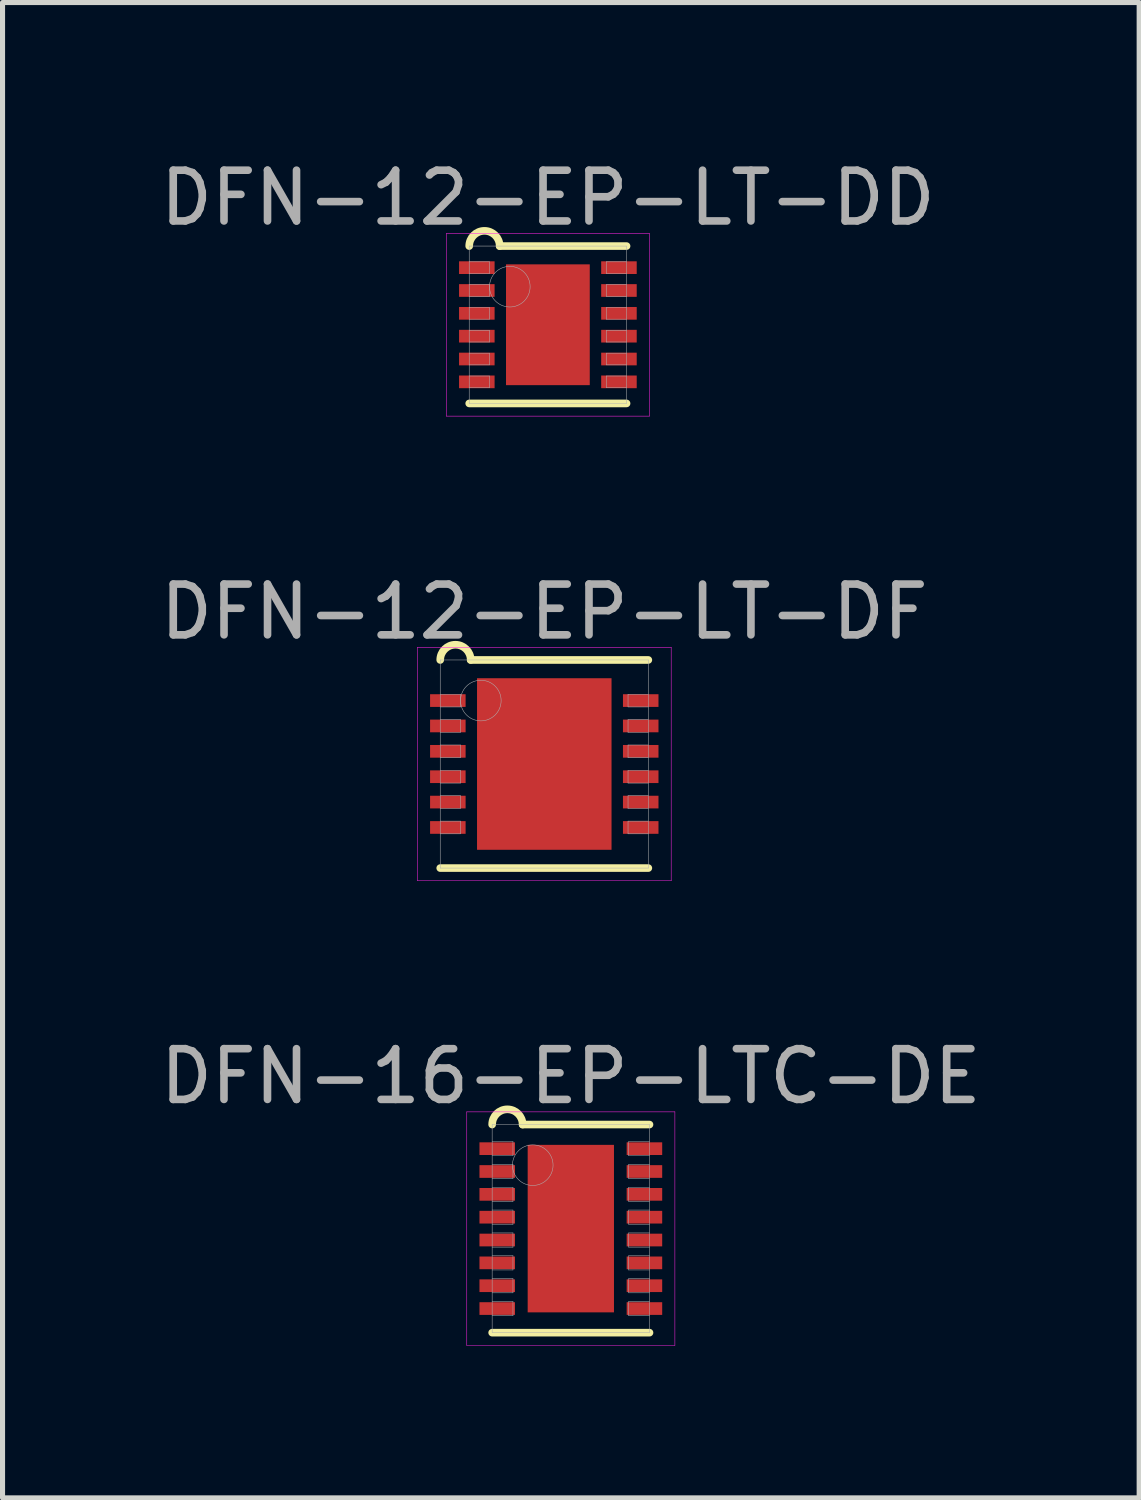
<source format=kicad_pcb>
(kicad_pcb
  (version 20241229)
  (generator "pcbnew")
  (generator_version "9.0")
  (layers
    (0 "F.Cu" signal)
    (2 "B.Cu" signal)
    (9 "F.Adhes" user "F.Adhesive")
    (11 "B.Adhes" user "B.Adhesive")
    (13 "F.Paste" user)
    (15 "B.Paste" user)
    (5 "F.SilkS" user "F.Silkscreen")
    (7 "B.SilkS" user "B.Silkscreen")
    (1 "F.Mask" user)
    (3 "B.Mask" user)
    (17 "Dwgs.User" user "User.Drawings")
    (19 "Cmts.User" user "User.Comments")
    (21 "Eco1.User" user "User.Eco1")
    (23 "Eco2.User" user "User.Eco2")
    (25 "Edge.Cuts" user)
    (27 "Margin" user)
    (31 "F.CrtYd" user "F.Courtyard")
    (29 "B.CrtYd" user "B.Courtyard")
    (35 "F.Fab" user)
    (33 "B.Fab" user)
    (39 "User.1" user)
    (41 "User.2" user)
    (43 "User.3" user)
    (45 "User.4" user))
  (footprint "DFN-16-EP-LTC-DE"
    (layer "F.Cu")
    (at 8.196 21.155)
    (property "Reference" "DFN-16-EP-LTC-DE" (at 0 -3 0) (layer "F.Fab") (effects (font (size 1 1) (thickness 0.15))))
    (attr through_hole)
    (fp_line (start -1.55 2.05) (end 1.55 2.05) (stroke (width 0.15) (type solid)) (layer "F.SilkS"))
    (fp_line (start -0.95 -2.05) (end 1.55 -2.05) (stroke (width 0.15) (type solid)) (layer "F.SilkS"))
    (fp_arc (start -1.55 -2.05) (mid -1.25 -2.35) (end -0.95 -2.05) (stroke (width 0.15) (type solid)) (layer "F.SilkS"))
    (fp_line (start -2.05 -2.3) (end 2.05 -2.3) (stroke (width 0.01) (type solid)) (layer "F.CrtYd"))
    (fp_line (start -2.05 2.3) (end -2.05 -2.3) (stroke (width 0.01) (type solid)) (layer "F.CrtYd"))
    (fp_line (start 2.05 -2.3) (end 2.05 2.3) (stroke (width 0.01) (type solid)) (layer "F.CrtYd"))
    (fp_line (start 2.05 2.3) (end -2.05 2.3) (stroke (width 0.01) (type solid)) (layer "F.CrtYd"))
    (fp_line (start -1.55 -2.05) (end 1.55 -2.05) (stroke (width 0.01) (type solid)) (layer "F.Fab"))
    (fp_line (start -1.55 -1.435) (end -1.14 -1.435) (stroke (width 0.01) (type solid)) (layer "F.Fab"))
    (fp_line (start -1.55 -0.985) (end -1.14 -0.985) (stroke (width 0.01) (type solid)) (layer "F.Fab"))
    (fp_line (start -1.55 -0.535) (end -1.14 -0.535) (stroke (width 0.01) (type solid)) (layer "F.Fab"))
    (fp_line (start -1.55 -0.085) (end -1.14 -0.085) (stroke (width 0.01) (type solid)) (layer "F.Fab"))
    (fp_line (start -1.55 0.365) (end -1.14 0.365) (stroke (width 0.01) (type solid)) (layer "F.Fab"))
    (fp_line (start -1.55 0.815) (end -1.14 0.815) (stroke (width 0.01) (type solid)) (layer "F.Fab"))
    (fp_line (start -1.55 1.265) (end -1.14 1.265) (stroke (width 0.01) (type solid)) (layer "F.Fab"))
    (fp_line (start -1.55 1.715) (end -1.14 1.715) (stroke (width 0.01) (type solid)) (layer "F.Fab"))
    (fp_line (start -1.55 2.05) (end -1.55 -2.05) (stroke (width 0.01) (type solid)) (layer "F.Fab"))
    (fp_line (start -1.14 -1.715) (end -1.55 -1.715) (stroke (width 0.01) (type solid)) (layer "F.Fab"))
    (fp_line (start -1.14 -1.435) (end -1.14 -1.715) (stroke (width 0.01) (type solid)) (layer "F.Fab"))
    (fp_line (start -1.14 -1.265) (end -1.55 -1.265) (stroke (width 0.01) (type solid)) (layer "F.Fab"))
    (fp_line (start -1.14 -0.985) (end -1.14 -1.265) (stroke (width 0.01) (type solid)) (layer "F.Fab"))
    (fp_line (start -1.14 -0.815) (end -1.55 -0.815) (stroke (width 0.01) (type solid)) (layer "F.Fab"))
    (fp_line (start -1.14 -0.535) (end -1.14 -0.815) (stroke (width 0.01) (type solid)) (layer "F.Fab"))
    (fp_line (start -1.14 -0.365) (end -1.55 -0.365) (stroke (width 0.01) (type solid)) (layer "F.Fab"))
    (fp_line (start -1.14 -0.085) (end -1.14 -0.365) (stroke (width 0.01) (type solid)) (layer "F.Fab"))
    (fp_line (start -1.14 0.085) (end -1.55 0.085) (stroke (width 0.01) (type solid)) (layer "F.Fab"))
    (fp_line (start -1.14 0.365) (end -1.14 0.085) (stroke (width 0.01) (type solid)) (layer "F.Fab"))
    (fp_line (start -1.14 0.535) (end -1.55 0.535) (stroke (width 0.01) (type solid)) (layer "F.Fab"))
    (fp_line (start -1.14 0.815) (end -1.14 0.535) (stroke (width 0.01) (type solid)) (layer "F.Fab"))
    (fp_line (start -1.14 0.985) (end -1.55 0.985) (stroke (width 0.01) (type solid)) (layer "F.Fab"))
    (fp_line (start -1.14 1.265) (end -1.14 0.985) (stroke (width 0.01) (type solid)) (layer "F.Fab"))
    (fp_line (start -1.14 1.435) (end -1.55 1.435) (stroke (width 0.01) (type solid)) (layer "F.Fab"))
    (fp_line (start -1.14 1.715) (end -1.14 1.435) (stroke (width 0.01) (type solid)) (layer "F.Fab"))
    (fp_line (start 1.14 -1.715) (end 1.14 -1.435) (stroke (width 0.01) (type solid)) (layer "F.Fab"))
    (fp_line (start 1.14 -1.435) (end 1.55 -1.435) (stroke (width 0.01) (type solid)) (layer "F.Fab"))
    (fp_line (start 1.14 -1.265) (end 1.14 -0.985) (stroke (width 0.01) (type solid)) (layer "F.Fab"))
    (fp_line (start 1.14 -0.985) (end 1.55 -0.985) (stroke (width 0.01) (type solid)) (layer "F.Fab"))
    (fp_line (start 1.14 -0.815) (end 1.14 -0.535) (stroke (width 0.01) (type solid)) (layer "F.Fab"))
    (fp_line (start 1.14 -0.535) (end 1.55 -0.535) (stroke (width 0.01) (type solid)) (layer "F.Fab"))
    (fp_line (start 1.14 -0.365) (end 1.14 -0.085) (stroke (width 0.01) (type solid)) (layer "F.Fab"))
    (fp_line (start 1.14 -0.085) (end 1.55 -0.085) (stroke (width 0.01) (type solid)) (layer "F.Fab"))
    (fp_line (start 1.14 0.085) (end 1.14 0.365) (stroke (width 0.01) (type solid)) (layer "F.Fab"))
    (fp_line (start 1.14 0.365) (end 1.55 0.365) (stroke (width 0.01) (type solid)) (layer "F.Fab"))
    (fp_line (start 1.14 0.535) (end 1.14 0.815) (stroke (width 0.01) (type solid)) (layer "F.Fab"))
    (fp_line (start 1.14 0.815) (end 1.55 0.815) (stroke (width 0.01) (type solid)) (layer "F.Fab"))
    (fp_line (start 1.14 0.985) (end 1.14 1.265) (stroke (width 0.01) (type solid)) (layer "F.Fab"))
    (fp_line (start 1.14 1.265) (end 1.55 1.265) (stroke (width 0.01) (type solid)) (layer "F.Fab"))
    (fp_line (start 1.14 1.435) (end 1.14 1.715) (stroke (width 0.01) (type solid)) (layer "F.Fab"))
    (fp_line (start 1.14 1.715) (end 1.55 1.715) (stroke (width 0.01) (type solid)) (layer "F.Fab"))
    (fp_line (start 1.55 -2.05) (end 1.55 2.05) (stroke (width 0.01) (type solid)) (layer "F.Fab"))
    (fp_line (start 1.55 -1.715) (end 1.14 -1.715) (stroke (width 0.01) (type solid)) (layer "F.Fab"))
    (fp_line (start 1.55 -1.265) (end 1.14 -1.265) (stroke (width 0.01) (type solid)) (layer "F.Fab"))
    (fp_line (start 1.55 -0.815) (end 1.14 -0.815) (stroke (width 0.01) (type solid)) (layer "F.Fab"))
    (fp_line (start 1.55 -0.365) (end 1.14 -0.365) (stroke (width 0.01) (type solid)) (layer "F.Fab"))
    (fp_line (start 1.55 0.085) (end 1.14 0.085) (stroke (width 0.01) (type solid)) (layer "F.Fab"))
    (fp_line (start 1.55 0.535) (end 1.14 0.535) (stroke (width 0.01) (type solid)) (layer "F.Fab"))
    (fp_line (start 1.55 0.985) (end 1.14 0.985) (stroke (width 0.01) (type solid)) (layer "F.Fab"))
    (fp_line (start 1.55 1.435) (end 1.14 1.435) (stroke (width 0.01) (type solid)) (layer "F.Fab"))
    (fp_line (start 1.55 2.05) (end -1.55 2.05) (stroke (width 0.01) (type solid)) (layer "F.Fab"))
    (fp_circle (center -0.75 -1.25) (end -0.75 -0.85) (stroke (width 0.01) (type solid)) (fill no) (layer "F.Fab"))
    (pad "" smd rect (at 0 -1.2) (size 0.8 0.8) (layers "F.Mask"))
    (pad "" smd rect (at 0 -1.2) (size 0.8 0.8) (layers "F.Paste"))
    (pad "" smd rect (at 0 0) (size 0.8 0.8) (layers "F.Mask"))
    (pad "" smd rect (at 0 0) (size 0.8 0.8) (layers "F.Paste"))
    (pad "" smd rect (at 0 1.2) (size 0.8 0.8) (layers "F.Mask"))
    (pad "" smd rect (at 0 1.2) (size 0.8 0.8) (layers "F.Paste"))
    (pad "1" smd rect (at -1.45 -1.575) (size 0.7 0.25) (layers "F.Cu" "F.Mask" "F.Paste"))
    (pad "2" smd rect (at -1.45 -1.125) (size 0.7 0.25) (layers "F.Cu" "F.Mask" "F.Paste"))
    (pad "3" smd rect (at -1.45 -0.675) (size 0.7 0.25) (layers "F.Cu" "F.Mask" "F.Paste"))
    (pad "4" smd rect (at -1.45 -0.225) (size 0.7 0.25) (layers "F.Cu" "F.Mask" "F.Paste"))
    (pad "5" smd rect (at -1.45 0.225) (size 0.7 0.25) (layers "F.Cu" "F.Mask" "F.Paste"))
    (pad "6" smd rect (at -1.45 0.675) (size 0.7 0.25) (layers "F.Cu" "F.Mask" "F.Paste"))
    (pad "7" smd rect (at -1.45 1.125) (size 0.7 0.25) (layers "F.Cu" "F.Mask" "F.Paste"))
    (pad "8" smd rect (at -1.45 1.575) (size 0.7 0.25) (layers "F.Cu" "F.Mask" "F.Paste"))
    (pad "9" smd rect (at 1.45 1.575) (size 0.7 0.25) (layers "F.Cu" "F.Mask" "F.Paste"))
    (pad "10" smd rect (at 1.45 1.125) (size 0.7 0.25) (layers "F.Cu" "F.Mask" "F.Paste"))
    (pad "11" smd rect (at 1.45 0.675) (size 0.7 0.25) (layers "F.Cu" "F.Mask" "F.Paste"))
    (pad "12" smd rect (at 1.45 0.225) (size 0.7 0.25) (layers "F.Cu" "F.Mask" "F.Paste"))
    (pad "13" smd rect (at 1.45 -0.225) (size 0.7 0.25) (layers "F.Cu" "F.Mask" "F.Paste"))
    (pad "14" smd rect (at 1.45 -0.675) (size 0.7 0.25) (layers "F.Cu" "F.Mask" "F.Paste"))
    (pad "15" smd rect (at 1.45 -1.125) (size 0.7 0.25) (layers "F.Cu" "F.Mask" "F.Paste"))
    (pad "16" smd rect (at 1.45 -1.575) (size 0.7 0.25) (layers "F.Cu" "F.Mask" "F.Paste"))
    (pad "EP" smd rect (at 0 0) (size 1.7 3.3) (layers "F.Cu")))
  (footprint "DFN-12-EP-LT-DD"
    (layer "F.Cu")
    (at 7.744 3.348)
    (property "Reference" "DFN-12-EP-LT-DD" (at 0 -2.5 0) (layer "F.Fab") (effects (font (size 1 1) (thickness 0.15))))
    (attr through_hole)
    (fp_line (start -1.55 1.55) (end 1.55 1.55) (stroke (width 0.15) (type solid)) (layer "F.SilkS"))
    (fp_line (start -0.95 -1.55) (end 1.55 -1.55) (stroke (width 0.15) (type solid)) (layer "F.SilkS"))
    (fp_arc (start -1.55 -1.55) (mid -1.25 -1.85) (end -0.95 -1.55) (stroke (width 0.15) (type solid)) (layer "F.SilkS"))
    (fp_line (start -2 -1.8) (end 2 -1.8) (stroke (width 0.01) (type solid)) (layer "F.CrtYd"))
    (fp_line (start -2 1.8) (end -2 -1.8) (stroke (width 0.01) (type solid)) (layer "F.CrtYd"))
    (fp_line (start 2 -1.8) (end 2 1.8) (stroke (width 0.01) (type solid)) (layer "F.CrtYd"))
    (fp_line (start 2 1.8) (end -2 1.8) (stroke (width 0.01) (type solid)) (layer "F.CrtYd"))
    (fp_line (start -1.55 -1.55) (end 1.55 -1.55) (stroke (width 0.01) (type solid)) (layer "F.Fab"))
    (fp_line (start -1.55 -1.01) (end -1.15 -1.01) (stroke (width 0.01) (type solid)) (layer "F.Fab"))
    (fp_line (start -1.55 -0.56) (end -1.15 -0.56) (stroke (width 0.01) (type solid)) (layer "F.Fab"))
    (fp_line (start -1.55 -0.11) (end -1.15 -0.11) (stroke (width 0.01) (type solid)) (layer "F.Fab"))
    (fp_line (start -1.55 0.34) (end -1.15 0.34) (stroke (width 0.01) (type solid)) (layer "F.Fab"))
    (fp_line (start -1.55 0.79) (end -1.15 0.79) (stroke (width 0.01) (type solid)) (layer "F.Fab"))
    (fp_line (start -1.55 1.24) (end -1.15 1.24) (stroke (width 0.01) (type solid)) (layer "F.Fab"))
    (fp_line (start -1.55 1.55) (end -1.55 -1.55) (stroke (width 0.01) (type solid)) (layer "F.Fab"))
    (fp_line (start -1.15 -1.24) (end -1.55 -1.24) (stroke (width 0.01) (type solid)) (layer "F.Fab"))
    (fp_line (start -1.15 -1.01) (end -1.15 -1.24) (stroke (width 0.01) (type solid)) (layer "F.Fab"))
    (fp_line (start -1.15 -0.79) (end -1.55 -0.79) (stroke (width 0.01) (type solid)) (layer "F.Fab"))
    (fp_line (start -1.15 -0.56) (end -1.15 -0.79) (stroke (width 0.01) (type solid)) (layer "F.Fab"))
    (fp_line (start -1.15 -0.34) (end -1.55 -0.34) (stroke (width 0.01) (type solid)) (layer "F.Fab"))
    (fp_line (start -1.15 -0.11) (end -1.15 -0.34) (stroke (width 0.01) (type solid)) (layer "F.Fab"))
    (fp_line (start -1.15 0.11) (end -1.55 0.11) (stroke (width 0.01) (type solid)) (layer "F.Fab"))
    (fp_line (start -1.15 0.34) (end -1.15 0.11) (stroke (width 0.01) (type solid)) (layer "F.Fab"))
    (fp_line (start -1.15 0.56) (end -1.55 0.56) (stroke (width 0.01) (type solid)) (layer "F.Fab"))
    (fp_line (start -1.15 0.79) (end -1.15 0.56) (stroke (width 0.01) (type solid)) (layer "F.Fab"))
    (fp_line (start -1.15 1.01) (end -1.55 1.01) (stroke (width 0.01) (type solid)) (layer "F.Fab"))
    (fp_line (start -1.15 1.24) (end -1.15 1.01) (stroke (width 0.01) (type solid)) (layer "F.Fab"))
    (fp_line (start 1.15 -1.24) (end 1.15 -1.01) (stroke (width 0.01) (type solid)) (layer "F.Fab"))
    (fp_line (start 1.15 -1.01) (end 1.55 -1.01) (stroke (width 0.01) (type solid)) (layer "F.Fab"))
    (fp_line (start 1.15 -0.79) (end 1.15 -0.56) (stroke (width 0.01) (type solid)) (layer "F.Fab"))
    (fp_line (start 1.15 -0.56) (end 1.55 -0.56) (stroke (width 0.01) (type solid)) (layer "F.Fab"))
    (fp_line (start 1.15 -0.34) (end 1.15 -0.11) (stroke (width 0.01) (type solid)) (layer "F.Fab"))
    (fp_line (start 1.15 -0.11) (end 1.55 -0.11) (stroke (width 0.01) (type solid)) (layer "F.Fab"))
    (fp_line (start 1.15 0.11) (end 1.15 0.34) (stroke (width 0.01) (type solid)) (layer "F.Fab"))
    (fp_line (start 1.15 0.34) (end 1.55 0.34) (stroke (width 0.01) (type solid)) (layer "F.Fab"))
    (fp_line (start 1.15 0.56) (end 1.15 0.79) (stroke (width 0.01) (type solid)) (layer "F.Fab"))
    (fp_line (start 1.15 0.79) (end 1.55 0.79) (stroke (width 0.01) (type solid)) (layer "F.Fab"))
    (fp_line (start 1.15 1.01) (end 1.15 1.24) (stroke (width 0.01) (type solid)) (layer "F.Fab"))
    (fp_line (start 1.15 1.24) (end 1.55 1.24) (stroke (width 0.01) (type solid)) (layer "F.Fab"))
    (fp_line (start 1.55 -1.55) (end 1.55 1.55) (stroke (width 0.01) (type solid)) (layer "F.Fab"))
    (fp_line (start 1.55 -1.24) (end 1.15 -1.24) (stroke (width 0.01) (type solid)) (layer "F.Fab"))
    (fp_line (start 1.55 -0.79) (end 1.15 -0.79) (stroke (width 0.01) (type solid)) (layer "F.Fab"))
    (fp_line (start 1.55 -0.34) (end 1.15 -0.34) (stroke (width 0.01) (type solid)) (layer "F.Fab"))
    (fp_line (start 1.55 0.11) (end 1.15 0.11) (stroke (width 0.01) (type solid)) (layer "F.Fab"))
    (fp_line (start 1.55 0.56) (end 1.15 0.56) (stroke (width 0.01) (type solid)) (layer "F.Fab"))
    (fp_line (start 1.55 1.01) (end 1.15 1.01) (stroke (width 0.01) (type solid)) (layer "F.Fab"))
    (fp_line (start 1.55 1.55) (end -1.55 1.55) (stroke (width 0.01) (type solid)) (layer "F.Fab"))
    (fp_circle (center -0.75 -0.75) (end -0.75 -0.35) (stroke (width 0.01) (type solid)) (fill no) (layer "F.Fab"))
    (pad "" smd rect (at 0 -0.6) (size 1.2 0.8) (layers "F.Paste"))
    (pad "" smd rect (at 0 0.6) (size 1.2 0.8) (layers "F.Paste"))
    (pad "1" smd rect (at -1.4 -1.125) (size 0.7 0.25) (layers "F.Cu" "F.Mask" "F.Paste"))
    (pad "2" smd rect (at -1.4 -0.675) (size 0.7 0.25) (layers "F.Cu" "F.Mask" "F.Paste"))
    (pad "3" smd rect (at -1.4 -0.225) (size 0.7 0.25) (layers "F.Cu" "F.Mask" "F.Paste"))
    (pad "4" smd rect (at -1.4 0.225) (size 0.7 0.25) (layers "F.Cu" "F.Mask" "F.Paste"))
    (pad "5" smd rect (at -1.4 0.675) (size 0.7 0.25) (layers "F.Cu" "F.Mask" "F.Paste"))
    (pad "6" smd rect (at -1.4 1.125) (size 0.7 0.25) (layers "F.Cu" "F.Mask" "F.Paste"))
    (pad "7" smd rect (at 1.4 1.125) (size 0.7 0.25) (layers "F.Cu" "F.Mask" "F.Paste"))
    (pad "8" smd rect (at 1.4 0.675) (size 0.7 0.25) (layers "F.Cu" "F.Mask" "F.Paste"))
    (pad "9" smd rect (at 1.4 0.225) (size 0.7 0.25) (layers "F.Cu" "F.Mask" "F.Paste"))
    (pad "10" smd rect (at 1.4 -0.225) (size 0.7 0.25) (layers "F.Cu" "F.Mask" "F.Paste"))
    (pad "11" smd rect (at 1.4 -0.675) (size 0.7 0.25) (layers "F.Cu" "F.Mask" "F.Paste"))
    (pad "12" smd rect (at 1.4 -1.125) (size 0.7 0.25) (layers "F.Cu" "F.Mask" "F.Paste"))
    (pad "EP" smd rect (at 0 0) (size 1.65 2.38) (layers "F.Cu" "F.Mask")))
  (footprint "DFN-12-EP-LT-DF"
    (layer "F.Cu")
    (at 7.673 12.002)
    (property "Reference" "DFN-12-EP-LT-DF" (at 0 -3 0) (layer "F.Fab") (effects (font (size 1 1) (thickness 0.15))))
    (attr through_hole)
    (fp_line (start -2.05 2.05) (end 2.05 2.05) (stroke (width 0.15) (type solid)) (layer "F.SilkS"))
    (fp_line (start -1.45 -2.05) (end 2.05 -2.05) (stroke (width 0.15) (type solid)) (layer "F.SilkS"))
    (fp_arc (start -2.05 -2.05) (mid -1.75 -2.35) (end -1.45 -2.05) (stroke (width 0.15) (type solid)) (layer "F.SilkS"))
    (fp_line (start -2.5 -2.3) (end 2.5 -2.3) (stroke (width 0.01) (type solid)) (layer "F.CrtYd"))
    (fp_line (start -2.5 2.3) (end -2.5 -2.3) (stroke (width 0.01) (type solid)) (layer "F.CrtYd"))
    (fp_line (start 2.5 -2.3) (end 2.5 2.3) (stroke (width 0.01) (type solid)) (layer "F.CrtYd"))
    (fp_line (start 2.5 2.3) (end -2.5 2.3) (stroke (width 0.01) (type solid)) (layer "F.CrtYd"))
    (fp_line (start -2.05 -2.05) (end 2.05 -2.05) (stroke (width 0.01) (type solid)) (layer "F.Fab"))
    (fp_line (start -2.05 -1.125) (end -1.65 -1.125) (stroke (width 0.01) (type solid)) (layer "F.Fab"))
    (fp_line (start -2.05 -0.625) (end -1.65 -0.625) (stroke (width 0.01) (type solid)) (layer "F.Fab"))
    (fp_line (start -2.05 -0.125) (end -1.65 -0.125) (stroke (width 0.01) (type solid)) (layer "F.Fab"))
    (fp_line (start -2.05 0.375) (end -1.65 0.375) (stroke (width 0.01) (type solid)) (layer "F.Fab"))
    (fp_line (start -2.05 0.875) (end -1.65 0.875) (stroke (width 0.01) (type solid)) (layer "F.Fab"))
    (fp_line (start -2.05 1.375) (end -1.65 1.375) (stroke (width 0.01) (type solid)) (layer "F.Fab"))
    (fp_line (start -2.05 2.05) (end -2.05 -2.05) (stroke (width 0.01) (type solid)) (layer "F.Fab"))
    (fp_line (start -1.65 -1.375) (end -2.05 -1.375) (stroke (width 0.01) (type solid)) (layer "F.Fab"))
    (fp_line (start -1.65 -1.125) (end -1.65 -1.375) (stroke (width 0.01) (type solid)) (layer "F.Fab"))
    (fp_line (start -1.65 -0.875) (end -2.05 -0.875) (stroke (width 0.01) (type solid)) (layer "F.Fab"))
    (fp_line (start -1.65 -0.625) (end -1.65 -0.875) (stroke (width 0.01) (type solid)) (layer "F.Fab"))
    (fp_line (start -1.65 -0.375) (end -2.05 -0.375) (stroke (width 0.01) (type solid)) (layer "F.Fab"))
    (fp_line (start -1.65 -0.125) (end -1.65 -0.375) (stroke (width 0.01) (type solid)) (layer "F.Fab"))
    (fp_line (start -1.65 0.125) (end -2.05 0.125) (stroke (width 0.01) (type solid)) (layer "F.Fab"))
    (fp_line (start -1.65 0.375) (end -1.65 0.125) (stroke (width 0.01) (type solid)) (layer "F.Fab"))
    (fp_line (start -1.65 0.625) (end -2.05 0.625) (stroke (width 0.01) (type solid)) (layer "F.Fab"))
    (fp_line (start -1.65 0.875) (end -1.65 0.625) (stroke (width 0.01) (type solid)) (layer "F.Fab"))
    (fp_line (start -1.65 1.125) (end -2.05 1.125) (stroke (width 0.01) (type solid)) (layer "F.Fab"))
    (fp_line (start -1.65 1.375) (end -1.65 1.125) (stroke (width 0.01) (type solid)) (layer "F.Fab"))
    (fp_line (start 1.65 -1.375) (end 1.65 -1.125) (stroke (width 0.01) (type solid)) (layer "F.Fab"))
    (fp_line (start 1.65 -1.125) (end 2.05 -1.125) (stroke (width 0.01) (type solid)) (layer "F.Fab"))
    (fp_line (start 1.65 -0.875) (end 1.65 -0.625) (stroke (width 0.01) (type solid)) (layer "F.Fab"))
    (fp_line (start 1.65 -0.625) (end 2.05 -0.625) (stroke (width 0.01) (type solid)) (layer "F.Fab"))
    (fp_line (start 1.65 -0.375) (end 1.65 -0.125) (stroke (width 0.01) (type solid)) (layer "F.Fab"))
    (fp_line (start 1.65 -0.125) (end 2.05 -0.125) (stroke (width 0.01) (type solid)) (layer "F.Fab"))
    (fp_line (start 1.65 0.125) (end 1.65 0.375) (stroke (width 0.01) (type solid)) (layer "F.Fab"))
    (fp_line (start 1.65 0.375) (end 2.05 0.375) (stroke (width 0.01) (type solid)) (layer "F.Fab"))
    (fp_line (start 1.65 0.625) (end 1.65 0.875) (stroke (width 0.01) (type solid)) (layer "F.Fab"))
    (fp_line (start 1.65 0.875) (end 2.05 0.875) (stroke (width 0.01) (type solid)) (layer "F.Fab"))
    (fp_line (start 1.65 1.125) (end 1.65 1.375) (stroke (width 0.01) (type solid)) (layer "F.Fab"))
    (fp_line (start 1.65 1.375) (end 2.05 1.375) (stroke (width 0.01) (type solid)) (layer "F.Fab"))
    (fp_line (start 2.05 -2.05) (end 2.05 2.05) (stroke (width 0.01) (type solid)) (layer "F.Fab"))
    (fp_line (start 2.05 -1.375) (end 1.65 -1.375) (stroke (width 0.01) (type solid)) (layer "F.Fab"))
    (fp_line (start 2.05 -0.875) (end 1.65 -0.875) (stroke (width 0.01) (type solid)) (layer "F.Fab"))
    (fp_line (start 2.05 -0.375) (end 1.65 -0.375) (stroke (width 0.01) (type solid)) (layer "F.Fab"))
    (fp_line (start 2.05 0.125) (end 1.65 0.125) (stroke (width 0.01) (type solid)) (layer "F.Fab"))
    (fp_line (start 2.05 0.625) (end 1.65 0.625) (stroke (width 0.01) (type solid)) (layer "F.Fab"))
    (fp_line (start 2.05 1.125) (end 1.65 1.125) (stroke (width 0.01) (type solid)) (layer "F.Fab"))
    (fp_line (start 2.05 2.05) (end -2.05 2.05) (stroke (width 0.01) (type solid)) (layer "F.Fab"))
    (fp_circle (center -1.25 -1.25) (end -1.25 -0.85) (stroke (width 0.01) (type solid)) (fill no) (layer "F.Fab"))
    (pad "" smd rect (at 0 -0.85) (size 2.2 1.3) (layers "F.Paste"))
    (pad "" smd rect (at 0 0.85) (size 2.2 1.3) (layers "F.Paste"))
    (pad "1" smd rect (at -1.9 -1.25) (size 0.7 0.25) (layers "F.Cu" "F.Mask" "F.Paste"))
    (pad "2" smd rect (at -1.9 -0.75) (size 0.7 0.25) (layers "F.Cu" "F.Mask" "F.Paste"))
    (pad "3" smd rect (at -1.9 -0.25) (size 0.7 0.25) (layers "F.Cu" "F.Mask" "F.Paste"))
    (pad "4" smd rect (at -1.9 0.25) (size 0.7 0.25) (layers "F.Cu" "F.Mask" "F.Paste"))
    (pad "5" smd rect (at -1.9 0.75) (size 0.7 0.25) (layers "F.Cu" "F.Mask" "F.Paste"))
    (pad "6" smd rect (at -1.9 1.25) (size 0.7 0.25) (layers "F.Cu" "F.Mask" "F.Paste"))
    (pad "7" smd rect (at 1.9 1.25) (size 0.7 0.25) (layers "F.Cu" "F.Mask" "F.Paste"))
    (pad "8" smd rect (at 1.9 0.75) (size 0.7 0.25) (layers "F.Cu" "F.Mask" "F.Paste"))
    (pad "9" smd rect (at 1.9 0.25) (size 0.7 0.25) (layers "F.Cu" "F.Mask" "F.Paste"))
    (pad "10" smd rect (at 1.9 -0.25) (size 0.7 0.25) (layers "F.Cu" "F.Mask" "F.Paste"))
    (pad "11" smd rect (at 1.9 -0.75) (size 0.7 0.25) (layers "F.Cu" "F.Mask" "F.Paste"))
    (pad "12" smd rect (at 1.9 -1.25) (size 0.7 0.25) (layers "F.Cu" "F.Mask" "F.Paste"))
    (pad "EP" smd rect (at 0 0) (size 2.65 3.38) (layers "F.Cu" "F.Mask")))
  (gr_rect
    (start -3 -3)
    (end 19.393 26.46)
    (stroke (width 0.1) (type default))
    (fill no)
    (layer "Edge.Cuts")))
</source>
